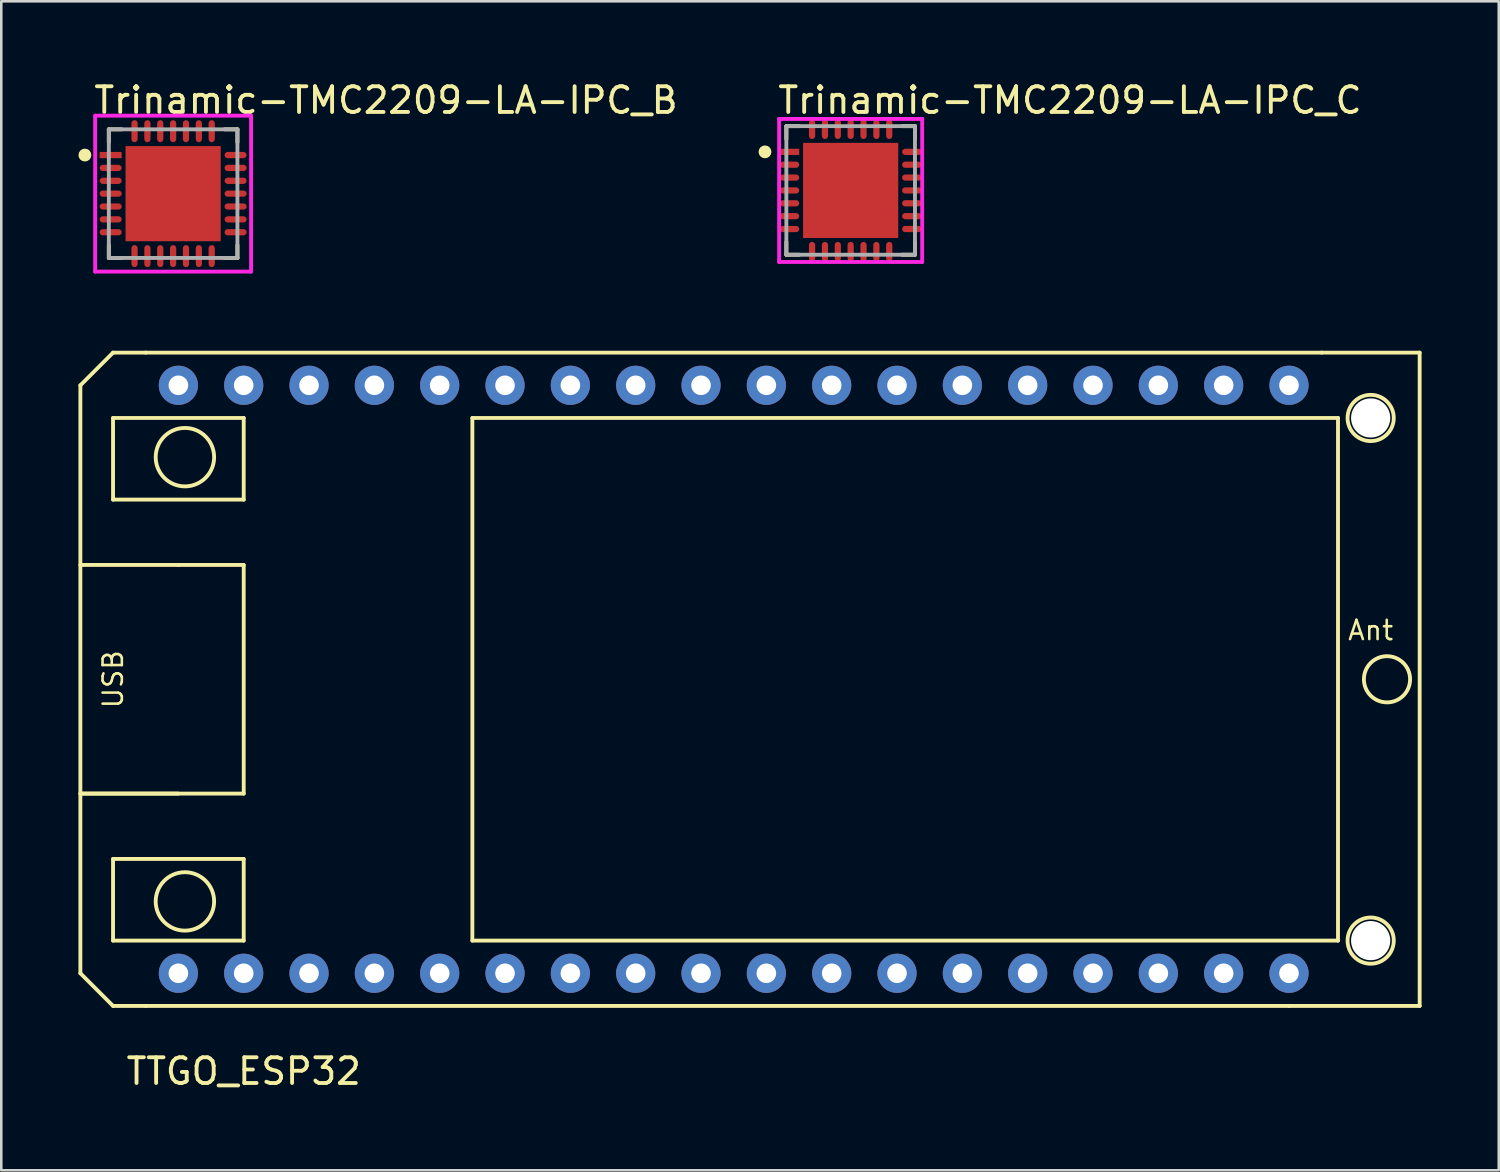
<source format=kicad_pcb>
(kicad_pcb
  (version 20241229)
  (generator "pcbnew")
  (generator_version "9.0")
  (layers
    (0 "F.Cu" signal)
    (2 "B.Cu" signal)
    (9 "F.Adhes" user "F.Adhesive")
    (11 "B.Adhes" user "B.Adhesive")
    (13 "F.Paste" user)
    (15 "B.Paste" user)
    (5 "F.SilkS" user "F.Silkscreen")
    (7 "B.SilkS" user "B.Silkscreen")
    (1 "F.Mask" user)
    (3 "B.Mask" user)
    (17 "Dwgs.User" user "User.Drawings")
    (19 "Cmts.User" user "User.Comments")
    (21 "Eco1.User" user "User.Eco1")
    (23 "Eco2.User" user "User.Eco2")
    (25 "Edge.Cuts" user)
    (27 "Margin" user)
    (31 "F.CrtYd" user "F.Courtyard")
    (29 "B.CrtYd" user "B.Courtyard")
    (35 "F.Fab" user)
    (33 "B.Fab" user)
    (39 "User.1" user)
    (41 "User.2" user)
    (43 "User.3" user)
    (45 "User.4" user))
  (footprint "TTGO_ESP32"
    (layer "F.Cu")
    (at 2.615 36.06)
    (property "Reference" "TTGO_ESP32" (at 3.81 2.54 0) (layer "F.SilkS") (effects (font (size 1 1) (thickness 0.15))))
    (attr through_hole)
    (fp_line (start -2.54 -24.13) (end -1.27 -25.4) (stroke (width 0.15) (type solid)) (layer "F.SilkS"))
    (fp_line (start -2.54 -8.255) (end 1.27 -8.255) (stroke (width 0.15) (type solid)) (layer "F.SilkS"))
    (fp_line (start -2.54 -1.27) (end -2.54 -24.13) (stroke (width 0.15) (type solid)) (layer "F.SilkS"))
    (fp_line (start -1.27 -25.4) (end 0 -25.4) (stroke (width 0.15) (type solid)) (layer "F.SilkS"))
    (fp_line (start -1.27 -22.86) (end 3.81 -22.86) (stroke (width 0.15) (type solid)) (layer "F.SilkS"))
    (fp_line (start -1.27 -19.685) (end -1.27 -22.86) (stroke (width 0.15) (type solid)) (layer "F.SilkS"))
    (fp_line (start -1.27 -5.715) (end 3.81 -5.715) (stroke (width 0.15) (type solid)) (layer "F.SilkS"))
    (fp_line (start -1.27 -2.54) (end -1.27 -5.715) (stroke (width 0.15) (type solid)) (layer "F.SilkS"))
    (fp_line (start -1.27 0) (end -2.54 -1.27) (stroke (width 0.15) (type solid)) (layer "F.SilkS"))
    (fp_line (start 0 0) (end -1.27 0) (stroke (width 0.15) (type solid)) (layer "F.SilkS"))
    (fp_line (start 1.27 -17.145) (end -2.54 -17.145) (stroke (width 0.15) (type solid)) (layer "F.SilkS"))
    (fp_line (start 1.27 -17.145) (end 3.81 -17.145) (stroke (width 0.15) (type solid)) (layer "F.SilkS"))
    (fp_line (start 3.81 -22.86) (end 3.81 -19.685) (stroke (width 0.15) (type solid)) (layer "F.SilkS"))
    (fp_line (start 3.81 -19.685) (end -1.27 -19.685) (stroke (width 0.15) (type solid)) (layer "F.SilkS"))
    (fp_line (start 3.81 -17.145) (end 3.81 -8.255) (stroke (width 0.15) (type solid)) (layer "F.SilkS"))
    (fp_line (start 3.81 -8.255) (end -2.54 -8.255) (stroke (width 0.15) (type solid)) (layer "F.SilkS"))
    (fp_line (start 3.81 -5.715) (end 3.81 -2.54) (stroke (width 0.15) (type solid)) (layer "F.SilkS"))
    (fp_line (start 3.81 -2.54) (end -1.27 -2.54) (stroke (width 0.15) (type solid)) (layer "F.SilkS"))
    (fp_line (start 12.7 -22.86) (end 46.355 -22.86) (stroke (width 0.15) (type solid)) (layer "F.SilkS"))
    (fp_line (start 12.7 -2.54) (end 12.7 -22.86) (stroke (width 0.15) (type solid)) (layer "F.SilkS"))
    (fp_line (start 44.45 0) (end 0 0) (stroke (width 0.15) (type solid)) (layer "F.SilkS"))
    (fp_line (start 45.72 -25.4) (end 0 -25.4) (stroke (width 0.15) (type solid)) (layer "F.SilkS"))
    (fp_line (start 46.355 -22.86) (end 46.355 -2.54) (stroke (width 0.15) (type solid)) (layer "F.SilkS"))
    (fp_line (start 46.355 -2.54) (end 12.7 -2.54) (stroke (width 0.15) (type solid)) (layer "F.SilkS"))
    (fp_line (start 49.53 -25.4) (end 45.72 -25.4) (stroke (width 0.15) (type solid)) (layer "F.SilkS"))
    (fp_line (start 49.53 -25.4) (end 49.53 0) (stroke (width 0.15) (type solid)) (layer "F.SilkS"))
    (fp_line (start 49.53 0) (end 44.45 0) (stroke (width 0.15) (type solid)) (layer "F.SilkS"))
    (fp_circle (center 1.524 -21.336) (end 2.54 -21.844) (stroke (width 0.15) (type solid)) (fill no) (layer "F.SilkS"))
    (fp_circle (center 1.524 -4.064) (end 2.54 -4.572) (stroke (width 0.15) (type solid)) (fill no) (layer "F.SilkS"))
    (fp_circle (center 47.625 -22.86) (end 48.26 -23.495) (stroke (width 0.15) (type solid)) (fill no) (layer "F.SilkS"))
    (fp_circle (center 47.625 -2.54) (end 48.26 -3.175) (stroke (width 0.15) (type solid)) (fill no) (layer "F.SilkS"))
    (fp_circle (center 48.26 -12.7) (end 48.895 -13.335) (stroke (width 0.15) (type solid)) (fill no) (layer "F.SilkS"))
    (fp_text user "USB" (at -1.27 -12.7 90) (layer "F.SilkS") (effects (font (size 0.75 0.75) (thickness 0.1))))
    (fp_text user "Ant" (at 47.625 -14.605 0) (layer "F.SilkS") (effects (font (size 0.75 0.75) (thickness 0.1))))
    (pad "" np_thru_hole circle (at 47.625 -22.86) (size 1.524 1.524) (drill 1.524) (layers "*.Cu" "*.Mask"))
    (pad "" np_thru_hole circle (at 47.625 -2.54) (size 1.524 1.524) (drill 1.524) (layers "*.Cu" "*.Mask"))
    (pad "1" thru_hole circle (at 1.27 -1.27) (size 1.524 1.524) (drill 0.762) (layers "*.Cu" "*.Mask"))
    (pad "2" thru_hole circle (at 3.81 -1.27) (size 1.524 1.524) (drill 0.762) (layers "*.Cu" "*.Mask"))
    (pad "3" thru_hole circle (at 6.35 -1.27) (size 1.524 1.524) (drill 0.762) (layers "*.Cu" "*.Mask"))
    (pad "4" thru_hole circle (at 8.89 -1.27) (size 1.524 1.524) (drill 0.762) (layers "*.Cu" "*.Mask"))
    (pad "5" thru_hole circle (at 11.43 -1.27) (size 1.524 1.524) (drill 0.762) (layers "*.Cu" "*.Mask"))
    (pad "6" thru_hole circle (at 13.97 -1.27) (size 1.524 1.524) (drill 0.762) (layers "*.Cu" "*.Mask"))
    (pad "7" thru_hole circle (at 16.51 -1.27) (size 1.524 1.524) (drill 0.762) (layers "*.Cu" "*.Mask"))
    (pad "8" thru_hole circle (at 19.05 -1.27) (size 1.524 1.524) (drill 0.762) (layers "*.Cu" "*.Mask"))
    (pad "9" thru_hole circle (at 21.59 -1.27) (size 1.524 1.524) (drill 0.762) (layers "*.Cu" "*.Mask"))
    (pad "10" thru_hole circle (at 24.13 -1.27) (size 1.524 1.524) (drill 0.762) (layers "*.Cu" "*.Mask"))
    (pad "11" thru_hole circle (at 26.67 -1.27) (size 1.524 1.524) (drill 0.762) (layers "*.Cu" "*.Mask"))
    (pad "12" thru_hole circle (at 29.21 -1.27) (size 1.524 1.524) (drill 0.762) (layers "*.Cu" "*.Mask"))
    (pad "13" thru_hole circle (at 31.75 -1.27) (size 1.524 1.524) (drill 0.762) (layers "*.Cu" "*.Mask"))
    (pad "14" thru_hole circle (at 34.29 -1.27) (size 1.524 1.524) (drill 0.762) (layers "*.Cu" "*.Mask"))
    (pad "15" thru_hole circle (at 36.83 -1.27) (size 1.524 1.524) (drill 0.762) (layers "*.Cu" "*.Mask"))
    (pad "16" thru_hole circle (at 39.37 -1.27) (size 1.524 1.524) (drill 0.762) (layers "*.Cu" "*.Mask"))
    (pad "17" thru_hole circle (at 41.91 -1.27) (size 1.524 1.524) (drill 0.762) (layers "*.Cu" "*.Mask"))
    (pad "18" thru_hole circle (at 44.45 -1.27) (size 1.524 1.524) (drill 0.762) (layers "*.Cu" "*.Mask"))
    (pad "19" thru_hole circle (at 1.27 -24.13) (size 1.524 1.524) (drill 0.762) (layers "*.Cu" "*.Mask"))
    (pad "20" thru_hole circle (at 3.81 -24.13) (size 1.524 1.524) (drill 0.762) (layers "*.Cu" "*.Mask"))
    (pad "21" thru_hole circle (at 6.35 -24.13) (size 1.524 1.524) (drill 0.762) (layers "*.Cu" "*.Mask"))
    (pad "22" thru_hole circle (at 8.89 -24.13) (size 1.524 1.524) (drill 0.762) (layers "*.Cu" "*.Mask"))
    (pad "23" thru_hole circle (at 11.43 -24.13) (size 1.524 1.524) (drill 0.762) (layers "*.Cu" "*.Mask"))
    (pad "24" thru_hole circle (at 13.97 -24.13) (size 1.524 1.524) (drill 0.762) (layers "*.Cu" "*.Mask"))
    (pad "25" thru_hole circle (at 16.51 -24.13) (size 1.524 1.524) (drill 0.762) (layers "*.Cu" "*.Mask"))
    (pad "26" thru_hole circle (at 19.05 -24.13) (size 1.524 1.524) (drill 0.762) (layers "*.Cu" "*.Mask"))
    (pad "27" thru_hole circle (at 21.59 -24.13) (size 1.524 1.524) (drill 0.762) (layers "*.Cu" "*.Mask"))
    (pad "28" thru_hole circle (at 24.13 -24.13) (size 1.524 1.524) (drill 0.762) (layers "*.Cu" "*.Mask"))
    (pad "29" thru_hole circle (at 26.67 -24.13) (size 1.524 1.524) (drill 0.762) (layers "*.Cu" "*.Mask"))
    (pad "30" thru_hole circle (at 29.21 -24.13) (size 1.524 1.524) (drill 0.762) (layers "*.Cu" "*.Mask"))
    (pad "31" thru_hole circle (at 31.75 -24.13) (size 1.524 1.524) (drill 0.762) (layers "*.Cu" "*.Mask"))
    (pad "32" thru_hole circle (at 34.29 -24.13) (size 1.524 1.524) (drill 0.762) (layers "*.Cu" "*.Mask"))
    (pad "33" thru_hole circle (at 36.83 -24.13) (size 1.524 1.524) (drill 0.762) (layers "*.Cu" "*.Mask"))
    (pad "34" thru_hole circle (at 39.37 -24.13) (size 1.524 1.524) (drill 0.762) (layers "*.Cu" "*.Mask"))
    (pad "35" thru_hole circle (at 41.91 -24.13) (size 1.524 1.524) (drill 0.762) (layers "*.Cu" "*.Mask"))
    (pad "36" thru_hole circle (at 44.45 -24.13) (size 1.524 1.524) (drill 0.762) (layers "*.Cu" "*.Mask")))
  (footprint "Trinamic-TMC2209-LA-IPC_B"
    (layer "F.Cu")
    (at 3.681 4.479)
    (property "Reference" "Trinamic-TMC2209-LA-IPC_B" (at -3.156 -3.631 0) (layer "F.SilkS") (effects (font (size 1 1) (thickness 0.15)) (justify left)))
    (attr through_hole)
    (fp_line (start -2.5 -2.5) (end -2.5 -2) (stroke (width 0.15) (type solid)) (layer "F.SilkS"))
    (fp_line (start -2.5 2.5) (end -2.5 2) (stroke (width 0.15) (type solid)) (layer "F.SilkS"))
    (fp_line (start -2 -2.5) (end -2.5 -2.5) (stroke (width 0.15) (type solid)) (layer "F.SilkS"))
    (fp_line (start -2 2.5) (end -2.5 2.5) (stroke (width 0.15) (type solid)) (layer "F.SilkS"))
    (fp_line (start 2 -2.5) (end 2.5 -2.5) (stroke (width 0.15) (type solid)) (layer "F.SilkS"))
    (fp_line (start 2 2.5) (end 2.5 2.5) (stroke (width 0.15) (type solid)) (layer "F.SilkS"))
    (fp_line (start 2.5 -2.5) (end 2.5 -2) (stroke (width 0.15) (type solid)) (layer "F.SilkS"))
    (fp_line (start 2.5 2.5) (end 2.5 2) (stroke (width 0.15) (type solid)) (layer "F.SilkS"))
    (fp_circle (center -3.431 -1.5) (end -3.306 -1.5) (stroke (width 0.25) (type solid)) (fill no) (layer "F.SilkS"))
    (fp_poly (pts (xy -1.17 -1.17) (xy 1.17 -1.17) (xy 1.17 1.17) (xy -1.17 1.17)) (stroke (width 0) (type solid)) (fill yes) (layer "F.Paste"))
    (fp_line (start -3.031 -3.031) (end -3.031 3.031) (stroke (width 0.15) (type solid)) (layer "F.CrtYd"))
    (fp_line (start -3.031 3.031) (end 3.031 3.031) (stroke (width 0.15) (type solid)) (layer "F.CrtYd"))
    (fp_line (start 3.031 -3.031) (end -3.031 -3.031) (stroke (width 0.15) (type solid)) (layer "F.CrtYd"))
    (fp_line (start 3.031 -3.031) (end 3.031 -3.031) (stroke (width 0.15) (type solid)) (layer "F.CrtYd"))
    (fp_line (start 3.031 3.031) (end 3.031 -3.031) (stroke (width 0.15) (type solid)) (layer "F.CrtYd"))
    (fp_line (start -2.5 -2.5) (end 2.5 -2.5) (stroke (width 0.15) (type solid)) (layer "F.Fab"))
    (fp_line (start -2.5 2.5) (end -2.5 -2.5) (stroke (width 0.15) (type solid)) (layer "F.Fab"))
    (fp_line (start 2.5 -2.5) (end 2.5 2.5) (stroke (width 0.15) (type solid)) (layer "F.Fab"))
    (fp_line (start 2.5 2.5) (end -2.5 2.5) (stroke (width 0.15) (type solid)) (layer "F.Fab"))
    (pad "1" smd rect (at -2.428 -1.5) (size 0.856 0.242) (layers "F.Cu" "F.Mask" "F.Paste"))
    (pad "2" smd roundrect (at -2.428 -1) (size 0.856 0.242) (layers "F.Cu" "F.Mask" "F.Paste") (roundrect_rratio 0.5))
    (pad "3" smd roundrect (at -2.428 -0.5) (size 0.856 0.242) (layers "F.Cu" "F.Mask" "F.Paste") (roundrect_rratio 0.5))
    (pad "4" smd roundrect (at -2.428 0) (size 0.856 0.242) (layers "F.Cu" "F.Mask" "F.Paste") (roundrect_rratio 0.5))
    (pad "5" smd roundrect (at -2.428 0.5) (size 0.856 0.242) (layers "F.Cu" "F.Mask" "F.Paste") (roundrect_rratio 0.5))
    (pad "6" smd roundrect (at -2.428 1) (size 0.856 0.242) (layers "F.Cu" "F.Mask" "F.Paste") (roundrect_rratio 0.5))
    (pad "7" smd roundrect (at -2.428 1.5) (size 0.856 0.242) (layers "F.Cu" "F.Mask" "F.Paste") (roundrect_rratio 0.5))
    (pad "8" smd roundrect (at -1.5 2.428) (size 0.242 0.856) (layers "F.Cu" "F.Mask" "F.Paste") (roundrect_rratio 0.5))
    (pad "9" smd roundrect (at -1 2.428) (size 0.242 0.856) (layers "F.Cu" "F.Mask" "F.Paste") (roundrect_rratio 0.5))
    (pad "10" smd roundrect (at -0.5 2.428) (size 0.242 0.856) (layers "F.Cu" "F.Mask" "F.Paste") (roundrect_rratio 0.5))
    (pad "11" smd roundrect (at 0 2.428) (size 0.242 0.856) (layers "F.Cu" "F.Mask" "F.Paste") (roundrect_rratio 0.5))
    (pad "12" smd roundrect (at 0.5 2.428) (size 0.242 0.856) (layers "F.Cu" "F.Mask" "F.Paste") (roundrect_rratio 0.5))
    (pad "13" smd roundrect (at 1 2.428) (size 0.242 0.856) (layers "F.Cu" "F.Mask" "F.Paste") (roundrect_rratio 0.5))
    (pad "14" smd roundrect (at 1.5 2.428) (size 0.242 0.856) (layers "F.Cu" "F.Mask" "F.Paste") (roundrect_rratio 0.5))
    (pad "15" smd roundrect (at 2.428 1.5) (size 0.856 0.242) (layers "F.Cu" "F.Mask" "F.Paste") (roundrect_rratio 0.5))
    (pad "16" smd roundrect (at 2.428 1) (size 0.856 0.242) (layers "F.Cu" "F.Mask" "F.Paste") (roundrect_rratio 0.5))
    (pad "17" smd roundrect (at 2.428 0.5) (size 0.856 0.242) (layers "F.Cu" "F.Mask" "F.Paste") (roundrect_rratio 0.5))
    (pad "18" smd roundrect (at 2.428 0) (size 0.856 0.242) (layers "F.Cu" "F.Mask" "F.Paste") (roundrect_rratio 0.5))
    (pad "19" smd roundrect (at 2.428 -0.5) (size 0.856 0.242) (layers "F.Cu" "F.Mask" "F.Paste") (roundrect_rratio 0.5))
    (pad "20" smd roundrect (at 2.428 -1) (size 0.856 0.242) (layers "F.Cu" "F.Mask" "F.Paste") (roundrect_rratio 0.5))
    (pad "21" smd roundrect (at 2.428 -1.5) (size 0.856 0.242) (layers "F.Cu" "F.Mask" "F.Paste") (roundrect_rratio 0.5))
    (pad "22" smd roundrect (at 1.5 -2.428) (size 0.242 0.856) (layers "F.Cu" "F.Mask" "F.Paste") (roundrect_rratio 0.5))
    (pad "23" smd roundrect (at 1 -2.428) (size 0.242 0.856) (layers "F.Cu" "F.Mask" "F.Paste") (roundrect_rratio 0.5))
    (pad "24" smd roundrect (at 0.5 -2.428) (size 0.242 0.856) (layers "F.Cu" "F.Mask" "F.Paste") (roundrect_rratio 0.5))
    (pad "25" smd roundrect (at 0 -2.428) (size 0.242 0.856) (layers "F.Cu" "F.Mask" "F.Paste") (roundrect_rratio 0.5))
    (pad "26" smd roundrect (at -0.5 -2.428) (size 0.242 0.856) (layers "F.Cu" "F.Mask" "F.Paste") (roundrect_rratio 0.5))
    (pad "27" smd roundrect (at -1 -2.428) (size 0.242 0.856) (layers "F.Cu" "F.Mask" "F.Paste") (roundrect_rratio 0.5))
    (pad "28" smd roundrect (at -1.5 -2.428) (size 0.242 0.856) (layers "F.Cu" "F.Mask" "F.Paste") (roundrect_rratio 0.5))
    (pad "29" smd rect (at 0 0) (size 3.7 3.7) (layers "F.Cu" "F.Mask")))
  (footprint "Trinamic-TMC2209-LA-IPC_C"
    (layer "F.Cu")
    (at 30.023 4.354)
    (property "Reference" "Trinamic-TMC2209-LA-IPC_C" (at -2.906 -3.506 0) (layer "F.SilkS") (effects (font (size 1 1) (thickness 0.15)) (justify left)))
    (attr through_hole)
    (fp_line (start -2.5 -2.5) (end -2.5 -2) (stroke (width 0.15) (type solid)) (layer "F.SilkS"))
    (fp_line (start -2.5 2.5) (end -2.5 2) (stroke (width 0.15) (type solid)) (layer "F.SilkS"))
    (fp_line (start -2 -2.5) (end -2.5 -2.5) (stroke (width 0.15) (type solid)) (layer "F.SilkS"))
    (fp_line (start -2 2.5) (end -2.5 2.5) (stroke (width 0.15) (type solid)) (layer "F.SilkS"))
    (fp_line (start 2 -2.5) (end 2.5 -2.5) (stroke (width 0.15) (type solid)) (layer "F.SilkS"))
    (fp_line (start 2 2.5) (end 2.5 2.5) (stroke (width 0.15) (type solid)) (layer "F.SilkS"))
    (fp_line (start 2.5 -2.5) (end 2.5 -2) (stroke (width 0.15) (type solid)) (layer "F.SilkS"))
    (fp_line (start 2.5 2.5) (end 2.5 2) (stroke (width 0.15) (type solid)) (layer "F.SilkS"))
    (fp_circle (center -3.331 -1.5) (end -3.206 -1.5) (stroke (width 0.25) (type solid)) (fill no) (layer "F.SilkS"))
    (fp_poly (pts (xy -1.17 -1.17) (xy 1.17 -1.17) (xy 1.17 1.17) (xy -1.17 1.17)) (stroke (width 0) (type solid)) (fill yes) (layer "F.Paste"))
    (fp_line (start -2.781 -2.781) (end -2.781 2.781) (stroke (width 0.15) (type solid)) (layer "F.CrtYd"))
    (fp_line (start -2.781 2.781) (end 2.781 2.781) (stroke (width 0.15) (type solid)) (layer "F.CrtYd"))
    (fp_line (start 2.781 -2.781) (end -2.781 -2.781) (stroke (width 0.15) (type solid)) (layer "F.CrtYd"))
    (fp_line (start 2.781 -2.781) (end 2.781 -2.781) (stroke (width 0.15) (type solid)) (layer "F.CrtYd"))
    (fp_line (start 2.781 2.781) (end 2.781 -2.781) (stroke (width 0.15) (type solid)) (layer "F.CrtYd"))
    (fp_line (start -2.5 -2.5) (end 2.5 -2.5) (stroke (width 0.15) (type solid)) (layer "F.Fab"))
    (fp_line (start -2.5 2.5) (end -2.5 -2.5) (stroke (width 0.15) (type solid)) (layer "F.Fab"))
    (fp_line (start 2.5 -2.5) (end 2.5 2.5) (stroke (width 0.15) (type solid)) (layer "F.Fab"))
    (fp_line (start 2.5 2.5) (end -2.5 2.5) (stroke (width 0.15) (type solid)) (layer "F.Fab"))
    (pad "1" smd rect (at -2.378 -1.5) (size 0.756 0.242) (layers "F.Cu" "F.Mask" "F.Paste"))
    (pad "2" smd roundrect (at -2.378 -1) (size 0.756 0.242) (layers "F.Cu" "F.Mask" "F.Paste") (roundrect_rratio 0.5))
    (pad "3" smd roundrect (at -2.378 -0.5) (size 0.756 0.242) (layers "F.Cu" "F.Mask" "F.Paste") (roundrect_rratio 0.5))
    (pad "4" smd roundrect (at -2.378 0) (size 0.756 0.242) (layers "F.Cu" "F.Mask" "F.Paste") (roundrect_rratio 0.5))
    (pad "5" smd roundrect (at -2.378 0.5) (size 0.756 0.242) (layers "F.Cu" "F.Mask" "F.Paste") (roundrect_rratio 0.5))
    (pad "6" smd roundrect (at -2.378 1) (size 0.756 0.242) (layers "F.Cu" "F.Mask" "F.Paste") (roundrect_rratio 0.5))
    (pad "7" smd roundrect (at -2.378 1.5) (size 0.756 0.242) (layers "F.Cu" "F.Mask" "F.Paste") (roundrect_rratio 0.5))
    (pad "8" smd roundrect (at -1.5 2.378) (size 0.242 0.756) (layers "F.Cu" "F.Mask" "F.Paste") (roundrect_rratio 0.5))
    (pad "9" smd roundrect (at -1 2.378) (size 0.242 0.756) (layers "F.Cu" "F.Mask" "F.Paste") (roundrect_rratio 0.5))
    (pad "10" smd roundrect (at -0.5 2.378) (size 0.242 0.756) (layers "F.Cu" "F.Mask" "F.Paste") (roundrect_rratio 0.5))
    (pad "11" smd roundrect (at 0 2.378) (size 0.242 0.756) (layers "F.Cu" "F.Mask" "F.Paste") (roundrect_rratio 0.5))
    (pad "12" smd roundrect (at 0.5 2.378) (size 0.242 0.756) (layers "F.Cu" "F.Mask" "F.Paste") (roundrect_rratio 0.5))
    (pad "13" smd roundrect (at 1 2.378) (size 0.242 0.756) (layers "F.Cu" "F.Mask" "F.Paste") (roundrect_rratio 0.5))
    (pad "14" smd roundrect (at 1.5 2.378) (size 0.242 0.756) (layers "F.Cu" "F.Mask" "F.Paste") (roundrect_rratio 0.5))
    (pad "15" smd roundrect (at 2.378 1.5) (size 0.756 0.242) (layers "F.Cu" "F.Mask" "F.Paste") (roundrect_rratio 0.5))
    (pad "16" smd roundrect (at 2.378 1) (size 0.756 0.242) (layers "F.Cu" "F.Mask" "F.Paste") (roundrect_rratio 0.5))
    (pad "17" smd roundrect (at 2.378 0.5) (size 0.756 0.242) (layers "F.Cu" "F.Mask" "F.Paste") (roundrect_rratio 0.5))
    (pad "18" smd roundrect (at 2.378 0) (size 0.756 0.242) (layers "F.Cu" "F.Mask" "F.Paste") (roundrect_rratio 0.5))
    (pad "19" smd roundrect (at 2.378 -0.5) (size 0.756 0.242) (layers "F.Cu" "F.Mask" "F.Paste") (roundrect_rratio 0.5))
    (pad "20" smd roundrect (at 2.378 -1) (size 0.756 0.242) (layers "F.Cu" "F.Mask" "F.Paste") (roundrect_rratio 0.5))
    (pad "21" smd roundrect (at 2.378 -1.5) (size 0.756 0.242) (layers "F.Cu" "F.Mask" "F.Paste") (roundrect_rratio 0.5))
    (pad "22" smd roundrect (at 1.5 -2.378) (size 0.242 0.756) (layers "F.Cu" "F.Mask" "F.Paste") (roundrect_rratio 0.5))
    (pad "23" smd roundrect (at 1 -2.378) (size 0.242 0.756) (layers "F.Cu" "F.Mask" "F.Paste") (roundrect_rratio 0.5))
    (pad "24" smd roundrect (at 0.5 -2.378) (size 0.242 0.756) (layers "F.Cu" "F.Mask" "F.Paste") (roundrect_rratio 0.5))
    (pad "25" smd roundrect (at 0 -2.378) (size 0.242 0.756) (layers "F.Cu" "F.Mask" "F.Paste") (roundrect_rratio 0.5))
    (pad "26" smd roundrect (at -0.5 -2.378) (size 0.242 0.756) (layers "F.Cu" "F.Mask" "F.Paste") (roundrect_rratio 0.5))
    (pad "27" smd roundrect (at -1 -2.378) (size 0.242 0.756) (layers "F.Cu" "F.Mask" "F.Paste") (roundrect_rratio 0.5))
    (pad "28" smd roundrect (at -1.5 -2.378) (size 0.242 0.756) (layers "F.Cu" "F.Mask" "F.Paste") (roundrect_rratio 0.5))
    (pad "29" smd rect (at 0 0) (size 3.7 3.7) (layers "F.Cu" "F.Mask")))
  (gr_rect
    (start -3 -3)
    (end 55.22 42.449)
    (stroke (width 0.1) (type default))
    (fill no)
    (layer "Edge.Cuts")))
</source>
